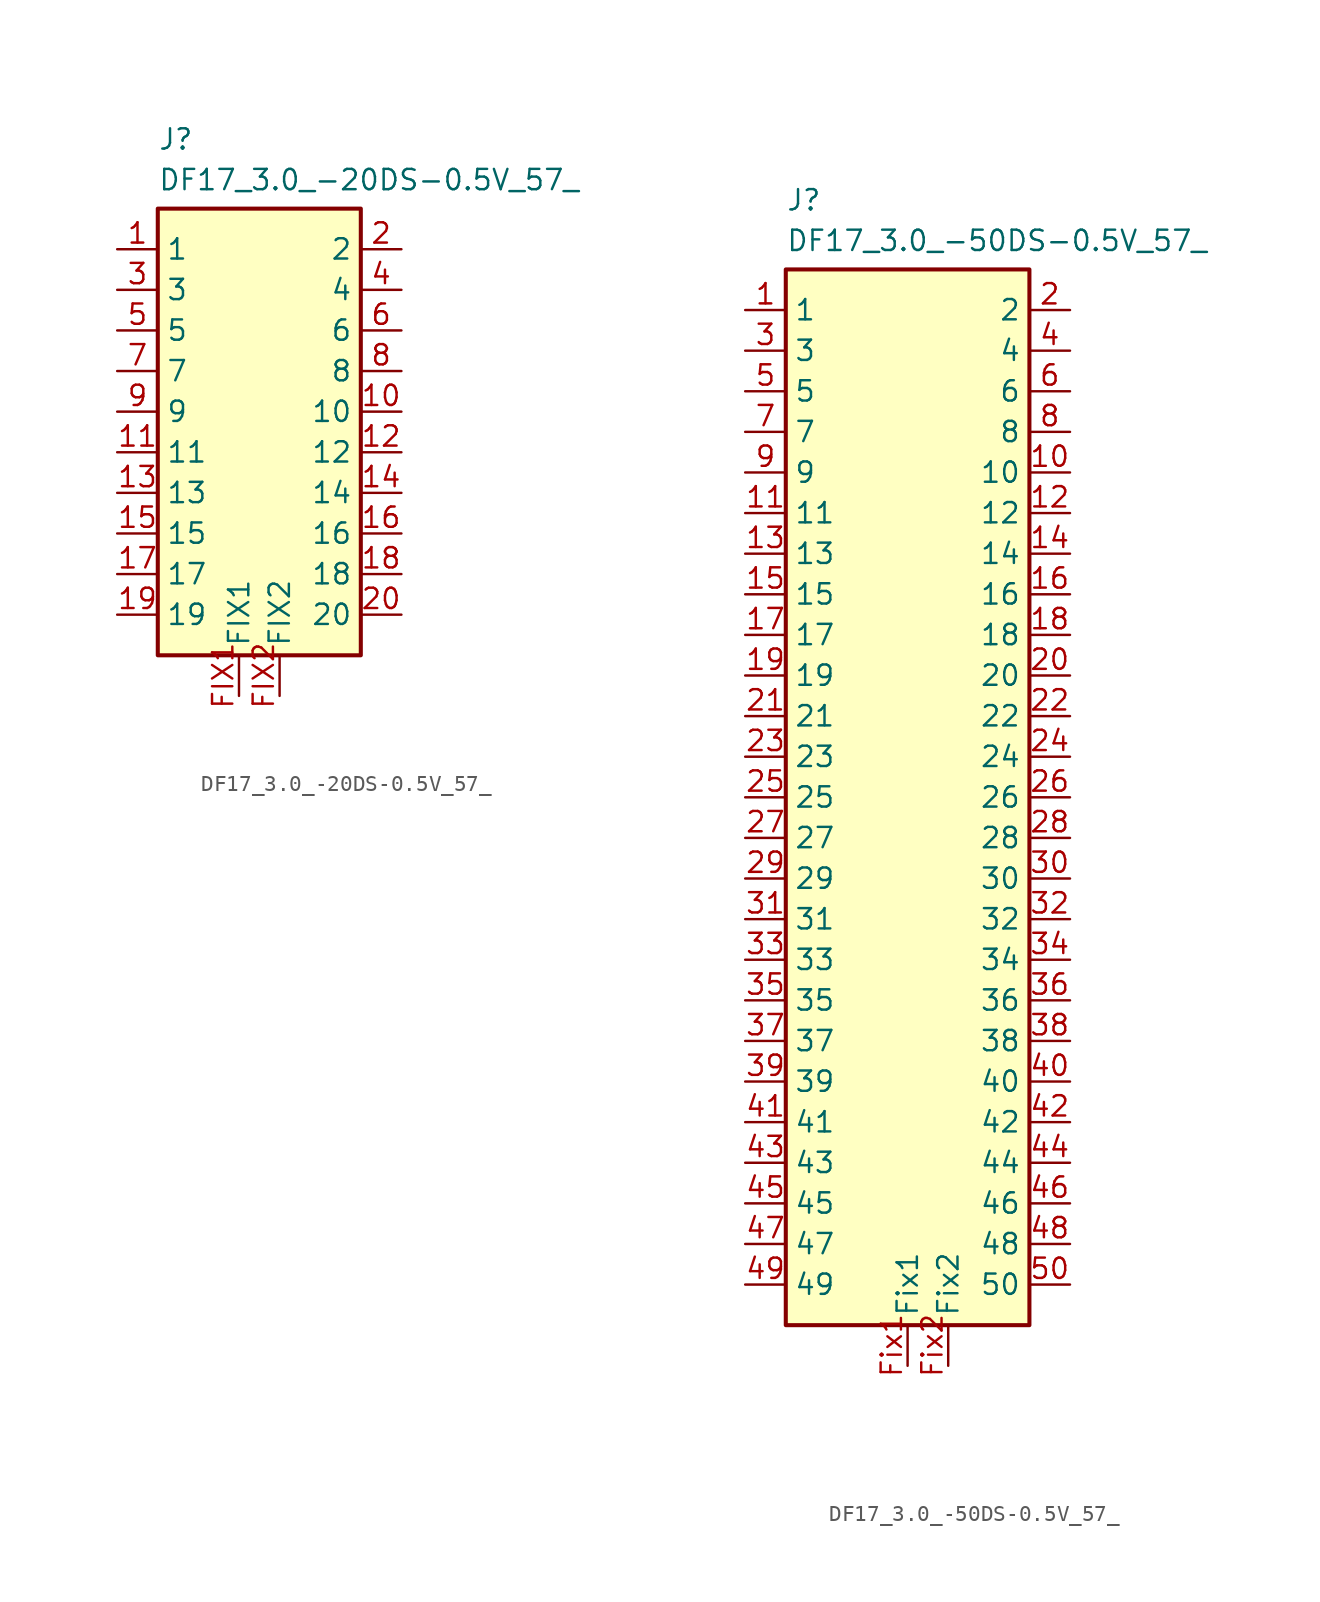
<source format=kicad_sym>
(kicad_symbol_lib
  (version 20241209)
  (generator "kicad_symbol_editor")
  (generator_version "9.0")
  (symbol "DF17_3.0_-20DS-0.5V_57_"
    (property "Reference" "J"
      (at 2.54 7.62 0)
      (effects (font (size 1.27 1.27)) (justify left top)))
    (property "Value" "DF17_3.0_-20DS-0.5V_57_"
      (at 2.54 5.08 0)
      (effects (font (size 1.27 1.27)) (justify left top)))
    (symbol "DF17_3.0_-20DS-0.5V_57__1_1"
      (rectangle (start 2.54 2.54) (end 15.24 -25.4) (stroke (width 0.254) (type default)) (fill (type background)))
      (pin passive line (at 0 0 0) (length 2.54) (name "1" (effects (font (size 1.27 1.27)))) (number "1" (effects (font (size 1.27 1.27)))))
      (pin passive line (at 0 -2.54 0) (length 2.54) (name "3" (effects (font (size 1.27 1.27)))) (number "3" (effects (font (size 1.27 1.27)))))
      (pin passive line (at 0 -5.08 0) (length 2.54) (name "5" (effects (font (size 1.27 1.27)))) (number "5" (effects (font (size 1.27 1.27)))))
      (pin passive line (at 0 -7.62 0) (length 2.54) (name "7" (effects (font (size 1.27 1.27)))) (number "7" (effects (font (size 1.27 1.27)))))
      (pin passive line (at 0 -10.16 0) (length 2.54) (name "9" (effects (font (size 1.27 1.27)))) (number "9" (effects (font (size 1.27 1.27)))))
      (pin passive line (at 0 -12.7 0) (length 2.54) (name "11" (effects (font (size 1.27 1.27)))) (number "11" (effects (font (size 1.27 1.27)))))
      (pin passive line (at 0 -15.24 0) (length 2.54) (name "13" (effects (font (size 1.27 1.27)))) (number "13" (effects (font (size 1.27 1.27)))))
      (pin passive line (at 0 -17.78 0) (length 2.54) (name "15" (effects (font (size 1.27 1.27)))) (number "15" (effects (font (size 1.27 1.27)))))
      (pin passive line (at 0 -20.32 0) (length 2.54) (name "17" (effects (font (size 1.27 1.27)))) (number "17" (effects (font (size 1.27 1.27)))))
      (pin passive line (at 0 -22.86 0) (length 2.54) (name "19" (effects (font (size 1.27 1.27)))) (number "19" (effects (font (size 1.27 1.27)))))
      (pin passive line (at 7.62 -27.94 90) (length 2.54) (name "FIX1" (effects (font (size 1.27 1.27)))) (number "FIX1" (effects (font (size 1.27 1.27)))))
      (pin passive line (at 10.16 -27.94 90) (length 2.54) (name "FIX2" (effects (font (size 1.27 1.27)))) (number "FIX2" (effects (font (size 1.27 1.27)))))
      (pin passive line (at 17.78 0 180) (length 2.54) (name "2" (effects (font (size 1.27 1.27)))) (number "2" (effects (font (size 1.27 1.27)))))
      (pin passive line (at 17.78 -2.54 180) (length 2.54) (name "4" (effects (font (size 1.27 1.27)))) (number "4" (effects (font (size 1.27 1.27)))))
      (pin passive line (at 17.78 -5.08 180) (length 2.54) (name "6" (effects (font (size 1.27 1.27)))) (number "6" (effects (font (size 1.27 1.27)))))
      (pin passive line (at 17.78 -7.62 180) (length 2.54) (name "8" (effects (font (size 1.27 1.27)))) (number "8" (effects (font (size 1.27 1.27)))))
      (pin passive line (at 17.78 -10.16 180) (length 2.54) (name "10" (effects (font (size 1.27 1.27)))) (number "10" (effects (font (size 1.27 1.27)))))
      (pin passive line (at 17.78 -12.7 180) (length 2.54) (name "12" (effects (font (size 1.27 1.27)))) (number "12" (effects (font (size 1.27 1.27)))))
      (pin passive line (at 17.78 -15.24 180) (length 2.54) (name "14" (effects (font (size 1.27 1.27)))) (number "14" (effects (font (size 1.27 1.27)))))
      (pin passive line (at 17.78 -17.78 180) (length 2.54) (name "16" (effects (font (size 1.27 1.27)))) (number "16" (effects (font (size 1.27 1.27)))))
      (pin passive line (at 17.78 -20.32 180) (length 2.54) (name "18" (effects (font (size 1.27 1.27)))) (number "18" (effects (font (size 1.27 1.27)))))
      (pin passive line (at 17.78 -22.86 180) (length 2.54) (name "20" (effects (font (size 1.27 1.27)))) (number "20" (effects (font (size 1.27 1.27)))))))
  (symbol "DF17_3.0_-50DS-0.5V_57_"
    (property "Reference" "J"
      (at 2.54 7.62 0)
      (effects (font (size 1.27 1.27)) (justify left top)))
    (property "Value" "DF17_3.0_-50DS-0.5V_57_"
      (at 2.54 5.08 0)
      (effects (font (size 1.27 1.27)) (justify left top)))
    (symbol "DF17_3.0_-50DS-0.5V_57__1_1"
      (rectangle (start 17.78 2.54) (end 2.54 -63.5) (stroke (width 0.254) (type default)) (fill (type background)))
      (pin passive line (at 0 0 0) (length 2.54) (name "1" (effects (font (size 1.27 1.27)))) (number "1" (effects (font (size 1.27 1.27)))))
      (pin passive line (at 0 -2.54 0) (length 2.54) (name "3" (effects (font (size 1.27 1.27)))) (number "3" (effects (font (size 1.27 1.27)))))
      (pin passive line (at 0 -5.08 0) (length 2.54) (name "5" (effects (font (size 1.27 1.27)))) (number "5" (effects (font (size 1.27 1.27)))))
      (pin passive line (at 0 -7.62 0) (length 2.54) (name "7" (effects (font (size 1.27 1.27)))) (number "7" (effects (font (size 1.27 1.27)))))
      (pin passive line (at 0 -10.16 0) (length 2.54) (name "9" (effects (font (size 1.27 1.27)))) (number "9" (effects (font (size 1.27 1.27)))))
      (pin passive line (at 0 -12.7 0) (length 2.54) (name "11" (effects (font (size 1.27 1.27)))) (number "11" (effects (font (size 1.27 1.27)))))
      (pin passive line (at 0 -15.24 0) (length 2.54) (name "13" (effects (font (size 1.27 1.27)))) (number "13" (effects (font (size 1.27 1.27)))))
      (pin passive line (at 0 -17.78 0) (length 2.54) (name "15" (effects (font (size 1.27 1.27)))) (number "15" (effects (font (size 1.27 1.27)))))
      (pin passive line (at 0 -20.32 0) (length 2.54) (name "17" (effects (font (size 1.27 1.27)))) (number "17" (effects (font (size 1.27 1.27)))))
      (pin passive line (at 0 -22.86 0) (length 2.54) (name "19" (effects (font (size 1.27 1.27)))) (number "19" (effects (font (size 1.27 1.27)))))
      (pin passive line (at 0 -25.4 0) (length 2.54) (name "21" (effects (font (size 1.27 1.27)))) (number "21" (effects (font (size 1.27 1.27)))))
      (pin passive line (at 0 -27.94 0) (length 2.54) (name "23" (effects (font (size 1.27 1.27)))) (number "23" (effects (font (size 1.27 1.27)))))
      (pin passive line (at 0 -30.48 0) (length 2.54) (name "25" (effects (font (size 1.27 1.27)))) (number "25" (effects (font (size 1.27 1.27)))))
      (pin passive line (at 0 -33.02 0) (length 2.54) (name "27" (effects (font (size 1.27 1.27)))) (number "27" (effects (font (size 1.27 1.27)))))
      (pin passive line (at 0 -35.56 0) (length 2.54) (name "29" (effects (font (size 1.27 1.27)))) (number "29" (effects (font (size 1.27 1.27)))))
      (pin passive line (at 0 -38.1 0) (length 2.54) (name "31" (effects (font (size 1.27 1.27)))) (number "31" (effects (font (size 1.27 1.27)))))
      (pin passive line (at 0 -40.64 0) (length 2.54) (name "33" (effects (font (size 1.27 1.27)))) (number "33" (effects (font (size 1.27 1.27)))))
      (pin passive line (at 0 -43.18 0) (length 2.54) (name "35" (effects (font (size 1.27 1.27)))) (number "35" (effects (font (size 1.27 1.27)))))
      (pin passive line (at 0 -45.72 0) (length 2.54) (name "37" (effects (font (size 1.27 1.27)))) (number "37" (effects (font (size 1.27 1.27)))))
      (pin passive line (at 0 -48.26 0) (length 2.54) (name "39" (effects (font (size 1.27 1.27)))) (number "39" (effects (font (size 1.27 1.27)))))
      (pin passive line (at 0 -50.8 0) (length 2.54) (name "41" (effects (font (size 1.27 1.27)))) (number "41" (effects (font (size 1.27 1.27)))))
      (pin passive line (at 0 -53.34 0) (length 2.54) (name "43" (effects (font (size 1.27 1.27)))) (number "43" (effects (font (size 1.27 1.27)))))
      (pin passive line (at 0 -55.88 0) (length 2.54) (name "45" (effects (font (size 1.27 1.27)))) (number "45" (effects (font (size 1.27 1.27)))))
      (pin passive line (at 0 -58.42 0) (length 2.54) (name "47" (effects (font (size 1.27 1.27)))) (number "47" (effects (font (size 1.27 1.27)))))
      (pin passive line (at 0 -60.96 0) (length 2.54) (name "49" (effects (font (size 1.27 1.27)))) (number "49" (effects (font (size 1.27 1.27)))))
      (pin passive line (at 10.16 -66.04 90) (length 2.54) (name "Fix1" (effects (font (size 1.27 1.27)))) (number "Fix1" (effects (font (size 1.27 1.27)))))
      (pin passive line (at 12.7 -66.04 90) (length 2.54) (name "Fix2" (effects (font (size 1.27 1.27)))) (number "Fix2" (effects (font (size 1.27 1.27)))))
      (pin passive line (at 20.32 0 180) (length 2.54) (name "2" (effects (font (size 1.27 1.27)))) (number "2" (effects (font (size 1.27 1.27)))))
      (pin passive line (at 20.32 -2.54 180) (length 2.54) (name "4" (effects (font (size 1.27 1.27)))) (number "4" (effects (font (size 1.27 1.27)))))
      (pin passive line (at 20.32 -5.08 180) (length 2.54) (name "6" (effects (font (size 1.27 1.27)))) (number "6" (effects (font (size 1.27 1.27)))))
      (pin passive line (at 20.32 -7.62 180) (length 2.54) (name "8" (effects (font (size 1.27 1.27)))) (number "8" (effects (font (size 1.27 1.27)))))
      (pin passive line (at 20.32 -10.16 180) (length 2.54) (name "10" (effects (font (size 1.27 1.27)))) (number "10" (effects (font (size 1.27 1.27)))))
      (pin passive line (at 20.32 -12.7 180) (length 2.54) (name "12" (effects (font (size 1.27 1.27)))) (number "12" (effects (font (size 1.27 1.27)))))
      (pin passive line (at 20.32 -15.24 180) (length 2.54) (name "14" (effects (font (size 1.27 1.27)))) (number "14" (effects (font (size 1.27 1.27)))))
      (pin passive line (at 20.32 -17.78 180) (length 2.54) (name "16" (effects (font (size 1.27 1.27)))) (number "16" (effects (font (size 1.27 1.27)))))
      (pin passive line (at 20.32 -20.32 180) (length 2.54) (name "18" (effects (font (size 1.27 1.27)))) (number "18" (effects (font (size 1.27 1.27)))))
      (pin passive line (at 20.32 -22.86 180) (length 2.54) (name "20" (effects (font (size 1.27 1.27)))) (number "20" (effects (font (size 1.27 1.27)))))
      (pin passive line (at 20.32 -25.4 180) (length 2.54) (name "22" (effects (font (size 1.27 1.27)))) (number "22" (effects (font (size 1.27 1.27)))))
      (pin passive line (at 20.32 -27.94 180) (length 2.54) (name "24" (effects (font (size 1.27 1.27)))) (number "24" (effects (font (size 1.27 1.27)))))
      (pin passive line (at 20.32 -30.48 180) (length 2.54) (name "26" (effects (font (size 1.27 1.27)))) (number "26" (effects (font (size 1.27 1.27)))))
      (pin passive line (at 20.32 -33.02 180) (length 2.54) (name "28" (effects (font (size 1.27 1.27)))) (number "28" (effects (font (size 1.27 1.27)))))
      (pin passive line (at 20.32 -35.56 180) (length 2.54) (name "30" (effects (font (size 1.27 1.27)))) (number "30" (effects (font (size 1.27 1.27)))))
      (pin passive line (at 20.32 -38.1 180) (length 2.54) (name "32" (effects (font (size 1.27 1.27)))) (number "32" (effects (font (size 1.27 1.27)))))
      (pin passive line (at 20.32 -40.64 180) (length 2.54) (name "34" (effects (font (size 1.27 1.27)))) (number "34" (effects (font (size 1.27 1.27)))))
      (pin passive line (at 20.32 -43.18 180) (length 2.54) (name "36" (effects (font (size 1.27 1.27)))) (number "36" (effects (font (size 1.27 1.27)))))
      (pin passive line (at 20.32 -45.72 180) (length 2.54) (name "38" (effects (font (size 1.27 1.27)))) (number "38" (effects (font (size 1.27 1.27)))))
      (pin passive line (at 20.32 -48.26 180) (length 2.54) (name "40" (effects (font (size 1.27 1.27)))) (number "40" (effects (font (size 1.27 1.27)))))
      (pin passive line (at 20.32 -50.8 180) (length 2.54) (name "42" (effects (font (size 1.27 1.27)))) (number "42" (effects (font (size 1.27 1.27)))))
      (pin passive line (at 20.32 -53.34 180) (length 2.54) (name "44" (effects (font (size 1.27 1.27)))) (number "44" (effects (font (size 1.27 1.27)))))
      (pin passive line (at 20.32 -55.88 180) (length 2.54) (name "46" (effects (font (size 1.27 1.27)))) (number "46" (effects (font (size 1.27 1.27)))))
      (pin passive line (at 20.32 -58.42 180) (length 2.54) (name "48" (effects (font (size 1.27 1.27)))) (number "48" (effects (font (size 1.27 1.27)))))
      (pin passive line (at 20.32 -60.96 180) (length 2.54) (name "50" (effects (font (size 1.27 1.27)))) (number "50" (effects (font (size 1.27 1.27))))))))
</source>
